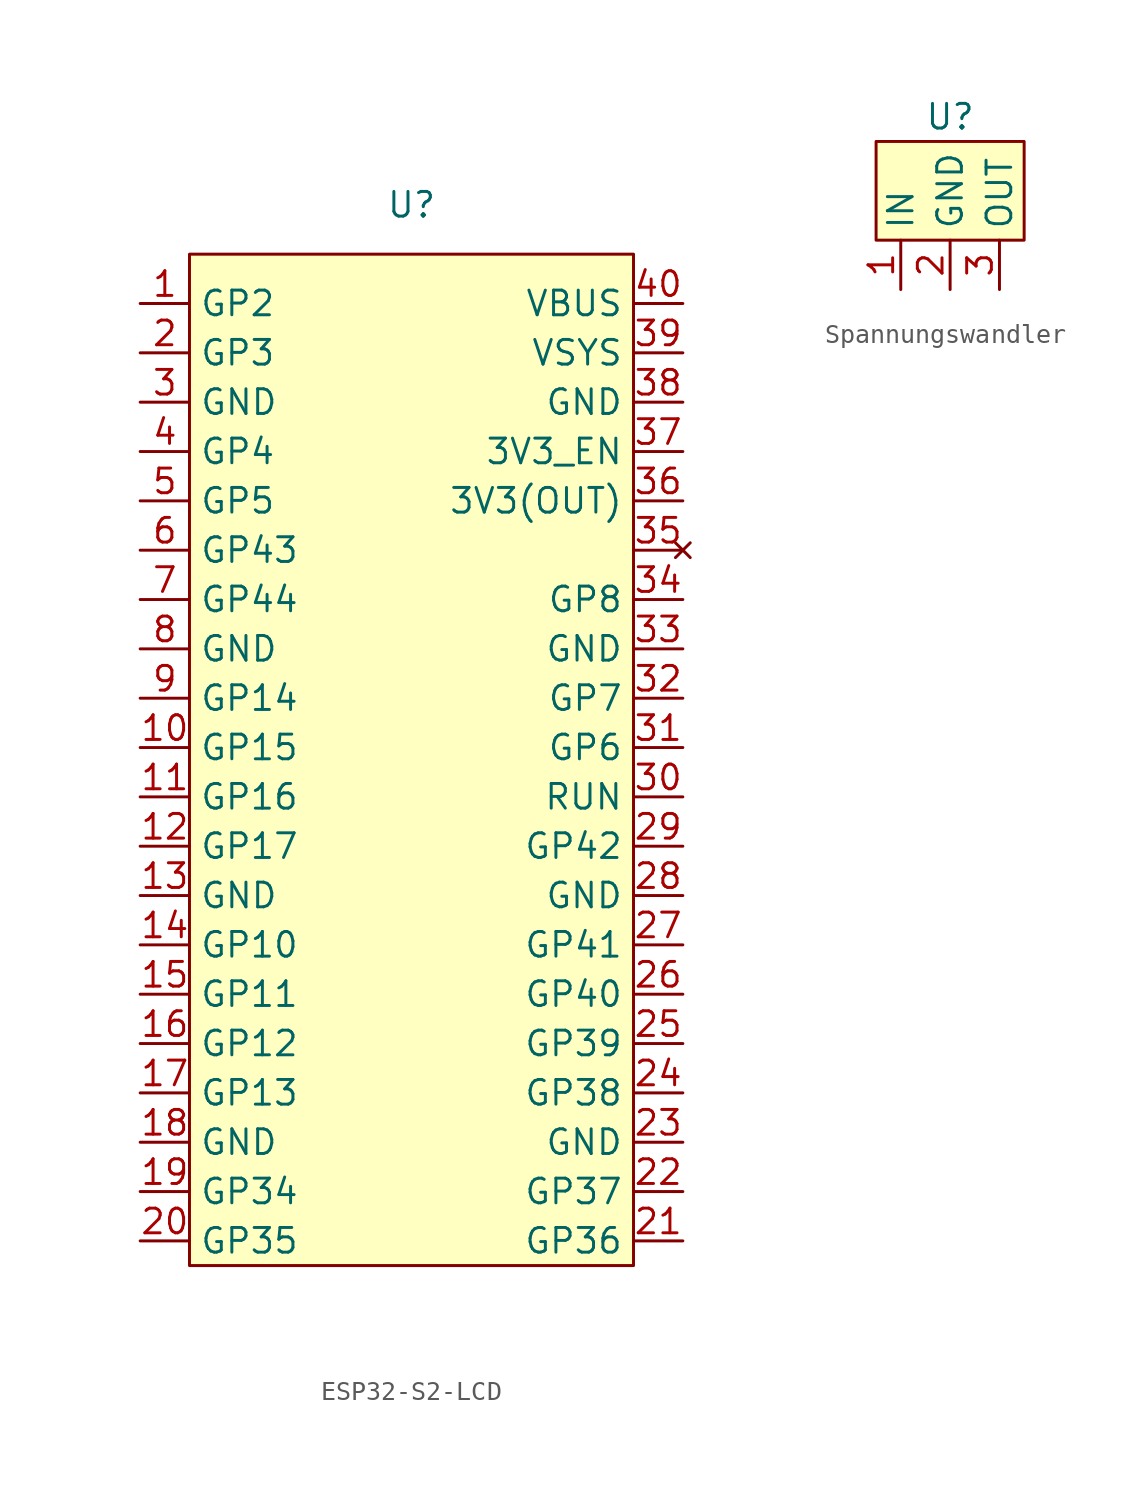
<source format=kicad_sym>
(kicad_symbol_lib
  (version 20220914)
  (generator kicad_symbol_editor)
  (symbol "ESP32-S2-LCD"
    (property "Reference" "U"
      (at 0 0 0)
      (effects (font (size 1.27 1.27))))
    (property "Value" ""
      (at 0 0 0)
      (effects (font (size 1.27 1.27))))
    (symbol "ESP32-S2-LCD_1_1"
      (rectangle (start -11.43 -2.54) (end 11.43 -54.61) (stroke (width 0) (type default)) (fill (type background)))
      (pin bidirectional line (at -13.97 -5.08 0) (length 2.54) (name "GP2" (effects (font (size 1.27 1.27)))) (number "1" (effects (font (size 1.27 1.27)))))
      (pin bidirectional line (at -13.97 -27.94 0) (length 2.54) (name "GP15" (effects (font (size 1.27 1.27)))) (number "10" (effects (font (size 1.27 1.27)))))
      (pin bidirectional line (at -13.97 -30.48 0) (length 2.54) (name "GP16" (effects (font (size 1.27 1.27)))) (number "11" (effects (font (size 1.27 1.27)))))
      (pin bidirectional line (at -13.97 -33.02 0) (length 2.54) (name "GP17" (effects (font (size 1.27 1.27)))) (number "12" (effects (font (size 1.27 1.27)))))
      (pin power_in line (at -13.97 -35.56 0) (length 2.54) (name "GND" (effects (font (size 1.27 1.27)))) (number "13" (effects (font (size 1.27 1.27)))))
      (pin bidirectional line (at -13.97 -38.1 0) (length 2.54) (name "GP10" (effects (font (size 1.27 1.27)))) (number "14" (effects (font (size 1.27 1.27)))))
      (pin bidirectional line (at -13.97 -40.64 0) (length 2.54) (name "GP11" (effects (font (size 1.27 1.27)))) (number "15" (effects (font (size 1.27 1.27)))))
      (pin bidirectional line (at -13.97 -43.18 0) (length 2.54) (name "GP12" (effects (font (size 1.27 1.27)))) (number "16" (effects (font (size 1.27 1.27)))))
      (pin bidirectional line (at -13.97 -45.72 0) (length 2.54) (name "GP13" (effects (font (size 1.27 1.27)))) (number "17" (effects (font (size 1.27 1.27)))))
      (pin power_in line (at -13.97 -48.26 0) (length 2.54) (name "GND" (effects (font (size 1.27 1.27)))) (number "18" (effects (font (size 1.27 1.27)))))
      (pin bidirectional line (at -13.97 -50.8 0) (length 2.54) (name "GP34" (effects (font (size 1.27 1.27)))) (number "19" (effects (font (size 1.27 1.27)))))
      (pin bidirectional line (at -13.97 -7.62 0) (length 2.54) (name "GP3" (effects (font (size 1.27 1.27)))) (number "2" (effects (font (size 1.27 1.27)))))
      (pin bidirectional line (at -13.97 -53.34 0) (length 2.54) (name "GP35" (effects (font (size 1.27 1.27)))) (number "20" (effects (font (size 1.27 1.27)))))
      (pin bidirectional line (at 13.97 -53.34 180) (length 2.54) (name "GP36" (effects (font (size 1.27 1.27)))) (number "21" (effects (font (size 1.27 1.27)))))
      (pin bidirectional line (at 13.97 -50.8 180) (length 2.54) (name "GP37" (effects (font (size 1.27 1.27)))) (number "22" (effects (font (size 1.27 1.27)))))
      (pin power_in line (at 13.97 -48.26 180) (length 2.54) (name "GND" (effects (font (size 1.27 1.27)))) (number "23" (effects (font (size 1.27 1.27)))))
      (pin bidirectional line (at 13.97 -45.72 180) (length 2.54) (name "GP38" (effects (font (size 1.27 1.27)))) (number "24" (effects (font (size 1.27 1.27)))))
      (pin bidirectional line (at 13.97 -43.18 180) (length 2.54) (name "GP39" (effects (font (size 1.27 1.27)))) (number "25" (effects (font (size 1.27 1.27)))))
      (pin bidirectional line (at 13.97 -40.64 180) (length 2.54) (name "GP40" (effects (font (size 1.27 1.27)))) (number "26" (effects (font (size 1.27 1.27)))))
      (pin bidirectional line (at 13.97 -38.1 180) (length 2.54) (name "GP41" (effects (font (size 1.27 1.27)))) (number "27" (effects (font (size 1.27 1.27)))))
      (pin power_in line (at 13.97 -35.56 180) (length 2.54) (name "GND" (effects (font (size 1.27 1.27)))) (number "28" (effects (font (size 1.27 1.27)))))
      (pin bidirectional line (at 13.97 -33.02 180) (length 2.54) (name "GP42" (effects (font (size 1.27 1.27)))) (number "29" (effects (font (size 1.27 1.27)))))
      (pin power_in line (at -13.97 -10.16 0) (length 2.54) (name "GND" (effects (font (size 1.27 1.27)))) (number "3" (effects (font (size 1.27 1.27)))))
      (pin input line (at 13.97 -30.48 180) (length 2.54) (name "RUN" (effects (font (size 1.27 1.27)))) (number "30" (effects (font (size 1.27 1.27)))))
      (pin bidirectional line (at 13.97 -27.94 180) (length 2.54) (name "GP6" (effects (font (size 1.27 1.27)))) (number "31" (effects (font (size 1.27 1.27)))))
      (pin bidirectional line (at 13.97 -25.4 180) (length 2.54) (name "GP7" (effects (font (size 1.27 1.27)))) (number "32" (effects (font (size 1.27 1.27)))))
      (pin power_in line (at 13.97 -22.86 180) (length 2.54) (name "GND" (effects (font (size 1.27 1.27)))) (number "33" (effects (font (size 1.27 1.27)))))
      (pin bidirectional line (at 13.97 -20.32 180) (length 2.54) (name "GP8" (effects (font (size 1.27 1.27)))) (number "34" (effects (font (size 1.27 1.27)))))
      (pin no_connect line (at 13.97 -17.78 180) (length 2.54) (name "" (effects (font (size 1.27 1.27)))) (number "35" (effects (font (size 1.27 1.27)))))
      (pin output line (at 13.97 -15.24 180) (length 2.54) (name "3V3(OUT)" (effects (font (size 1.27 1.27)))) (number "36" (effects (font (size 1.27 1.27)))))
      (pin input line (at 13.97 -12.7 180) (length 2.54) (name "3V3_EN" (effects (font (size 1.27 1.27)))) (number "37" (effects (font (size 1.27 1.27)))))
      (pin power_in line (at 13.97 -10.16 180) (length 2.54) (name "GND" (effects (font (size 1.27 1.27)))) (number "38" (effects (font (size 1.27 1.27)))))
      (pin power_in line (at 13.97 -7.62 180) (length 2.54) (name "VSYS" (effects (font (size 1.27 1.27)))) (number "39" (effects (font (size 1.27 1.27)))))
      (pin bidirectional line (at -13.97 -12.7 0) (length 2.54) (name "GP4" (effects (font (size 1.27 1.27)))) (number "4" (effects (font (size 1.27 1.27)))))
      (pin power_in line (at 13.97 -5.08 180) (length 2.54) (name "VBUS" (effects (font (size 1.27 1.27)))) (number "40" (effects (font (size 1.27 1.27)))))
      (pin bidirectional line (at -13.97 -15.24 0) (length 2.54) (name "GP5" (effects (font (size 1.27 1.27)))) (number "5" (effects (font (size 1.27 1.27)))))
      (pin bidirectional line (at -13.97 -17.78 0) (length 2.54) (name "GP43" (effects (font (size 1.27 1.27)))) (number "6" (effects (font (size 1.27 1.27)))))
      (pin bidirectional line (at -13.97 -20.32 0) (length 2.54) (name "GP44" (effects (font (size 1.27 1.27)))) (number "7" (effects (font (size 1.27 1.27)))))
      (pin power_in line (at -13.97 -22.86 0) (length 2.54) (name "GND" (effects (font (size 1.27 1.27)))) (number "8" (effects (font (size 1.27 1.27)))))
      (pin bidirectional line (at -13.97 -25.4 0) (length 2.54) (name "GP14" (effects (font (size 1.27 1.27)))) (number "9" (effects (font (size 1.27 1.27)))))))
  (symbol "Spannungswandler"
    (property "Reference" "U"
      (at 0 1.27 0)
      (effects (font (size 1.27 1.27))))
    (property "Value" ""
      (at 0 0 0)
      (effects (font (size 1.27 1.27))))
    (symbol "Spannungswandler_1_1"
      (rectangle (start -3.81 0) (end 3.81 -5.08) (stroke (width 0) (type default)) (fill (type background)))
      (pin input line (at -2.54 -7.62 90) (length 2.54) (name "IN" (effects (font (size 1.27 1.27)))) (number "1" (effects (font (size 1.27 1.27)))))
      (pin input line (at 0 -7.62 90) (length 2.54) (name "GND" (effects (font (size 1.27 1.27)))) (number "2" (effects (font (size 1.27 1.27)))))
      (pin output line (at 2.54 -7.62 90) (length 2.54) (name "OUT" (effects (font (size 1.27 1.27)))) (number "3" (effects (font (size 1.27 1.27))))))))
</source>
